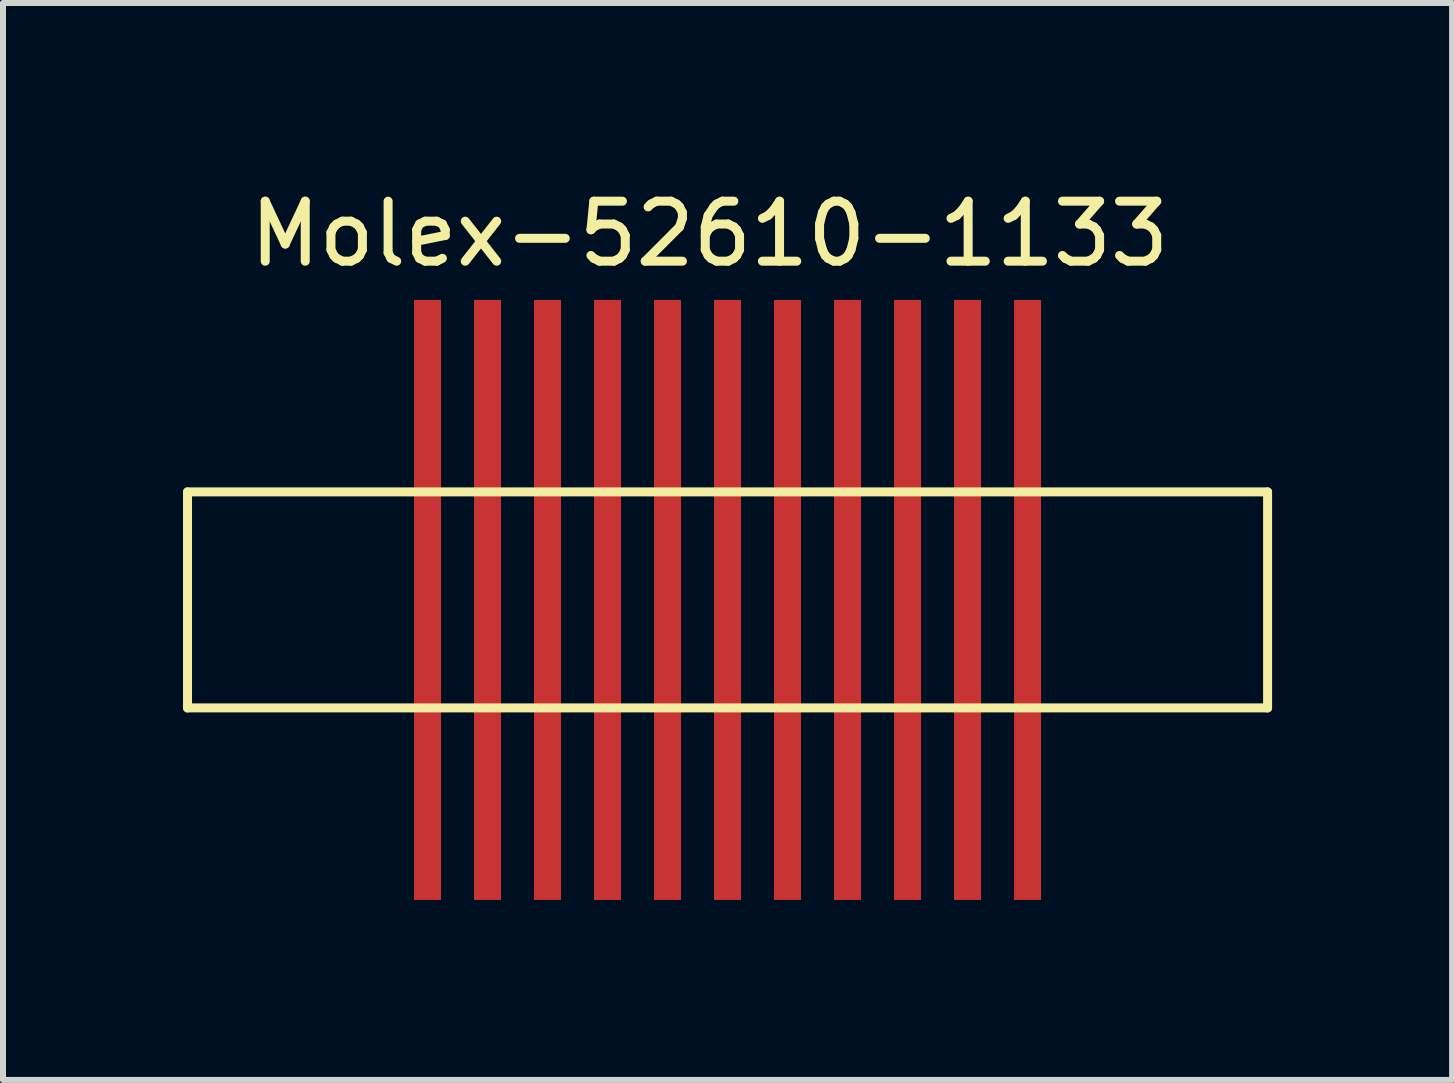
<source format=kicad_pcb>
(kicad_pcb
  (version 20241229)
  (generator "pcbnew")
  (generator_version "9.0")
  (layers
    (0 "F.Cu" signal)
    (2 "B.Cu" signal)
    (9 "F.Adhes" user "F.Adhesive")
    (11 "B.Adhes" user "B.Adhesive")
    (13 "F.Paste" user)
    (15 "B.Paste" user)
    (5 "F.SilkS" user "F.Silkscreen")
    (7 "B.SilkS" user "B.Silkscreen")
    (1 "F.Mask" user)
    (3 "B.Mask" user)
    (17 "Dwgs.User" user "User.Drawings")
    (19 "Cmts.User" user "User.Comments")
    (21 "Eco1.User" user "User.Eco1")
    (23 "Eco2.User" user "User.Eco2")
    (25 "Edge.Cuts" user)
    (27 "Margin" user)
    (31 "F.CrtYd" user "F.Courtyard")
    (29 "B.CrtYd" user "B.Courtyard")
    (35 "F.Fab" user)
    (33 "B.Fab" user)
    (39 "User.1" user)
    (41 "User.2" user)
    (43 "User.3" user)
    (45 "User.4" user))
  (footprint "Molex-52610-1133"
    (layer "F.Cu")
    (at 4.075 1.948)
    (property "Reference" "Molex-52610-1133" (at 4.7 -1.1 0) (layer "F.SilkS") (effects (font (size 1 1) (thickness 0.15))))
    (attr through_hole)
    (fp_line (start -4 3.2) (end -4 6.8) (stroke (width 0.15) (type solid)) (layer "F.SilkS"))
    (fp_line (start -4 6.8) (end 14 6.8) (stroke (width 0.15) (type solid)) (layer "F.SilkS"))
    (fp_line (start 14 3.2) (end -4 3.2) (stroke (width 0.15) (type solid)) (layer "F.SilkS"))
    (fp_line (start 14 6.8) (end 14 3.2) (stroke (width 0.15) (type solid)) (layer "F.SilkS"))
    (pad "1" smd rect (at 0 5) (size 0.45 10) (layers "F.Cu" "F.Mask" "F.Paste"))
    (pad "2" smd rect (at 1 5) (size 0.45 10) (layers "F.Cu" "F.Mask" "F.Paste"))
    (pad "3" smd rect (at 2 5) (size 0.45 10) (layers "F.Cu" "F.Mask" "F.Paste"))
    (pad "4" smd rect (at 3 5) (size 0.45 10) (layers "F.Cu" "F.Mask" "F.Paste"))
    (pad "5" smd rect (at 4 5) (size 0.45 10) (layers "F.Cu" "F.Mask" "F.Paste"))
    (pad "6" smd rect (at 5 5) (size 0.45 10) (layers "F.Cu" "F.Mask" "F.Paste"))
    (pad "7" smd rect (at 6 5) (size 0.45 10) (layers "F.Cu" "F.Mask" "F.Paste"))
    (pad "8" smd rect (at 7 5) (size 0.45 10) (layers "F.Cu" "F.Mask" "F.Paste"))
    (pad "9" smd rect (at 8 5) (size 0.45 10) (layers "F.Cu" "F.Mask" "F.Paste"))
    (pad "10" smd rect (at 9 5) (size 0.45 10) (layers "F.Cu" "F.Mask" "F.Paste"))
    (pad "11" smd rect (at 10 5) (size 0.45 10) (layers "F.Cu" "F.Mask" "F.Paste")))
  (gr_rect
    (start -3 -3)
    (end 21.15 14.948)
    (stroke (width 0.1) (type default))
    (fill no)
    (layer "Edge.Cuts")))
</source>
